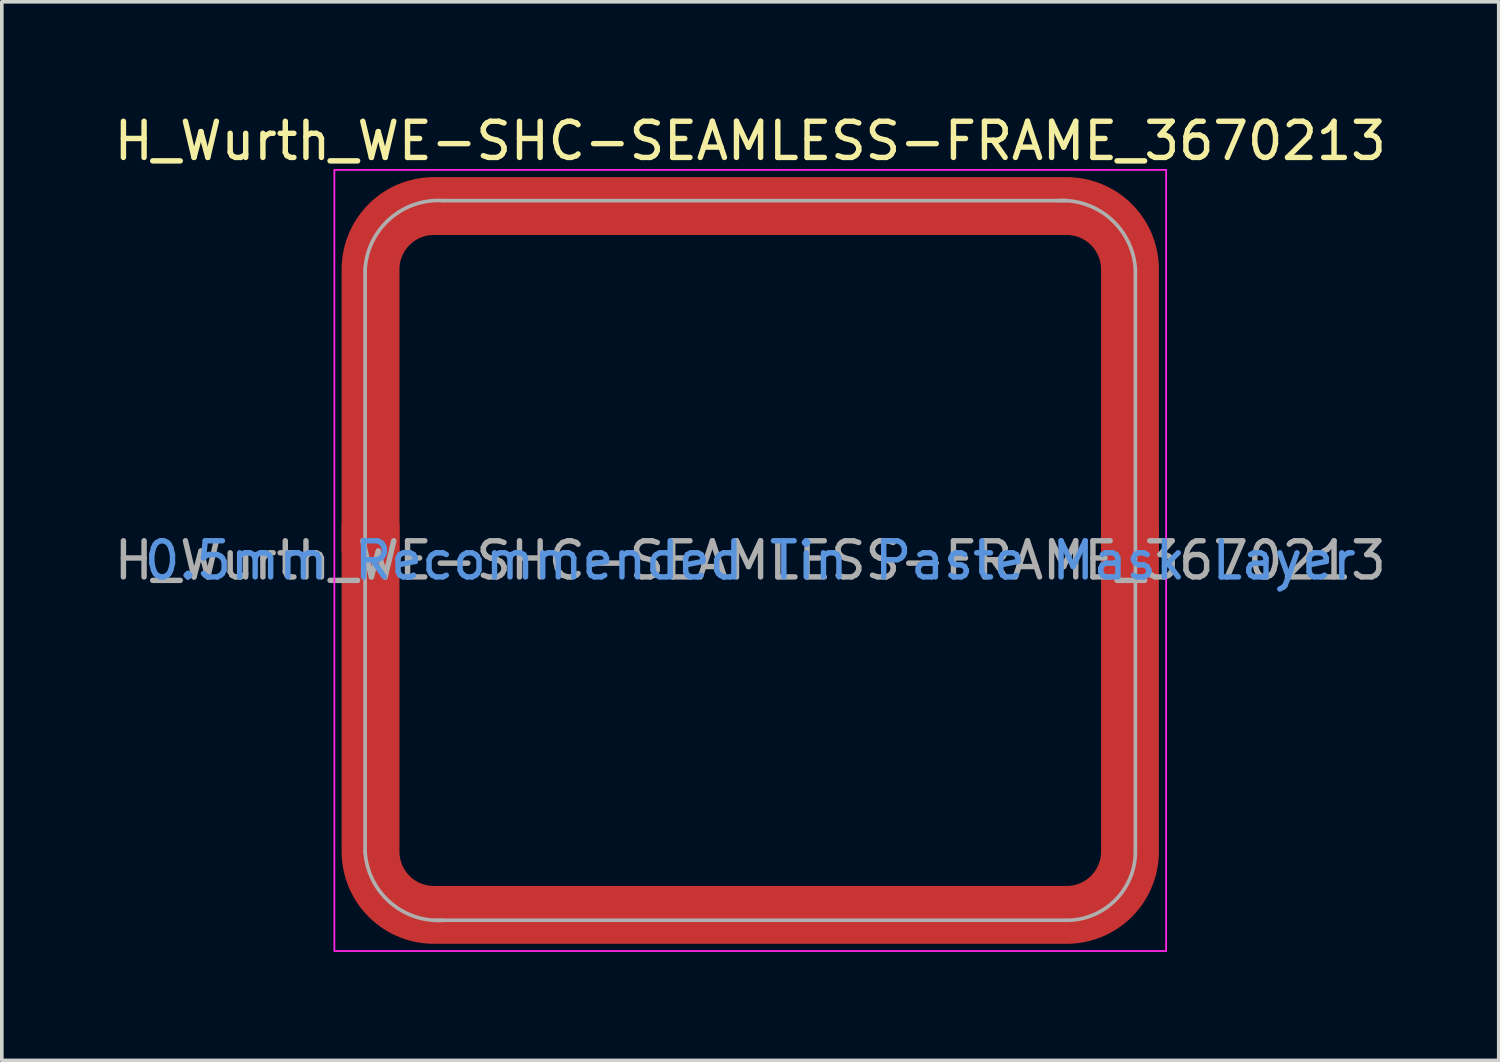
<source format=kicad_pcb>
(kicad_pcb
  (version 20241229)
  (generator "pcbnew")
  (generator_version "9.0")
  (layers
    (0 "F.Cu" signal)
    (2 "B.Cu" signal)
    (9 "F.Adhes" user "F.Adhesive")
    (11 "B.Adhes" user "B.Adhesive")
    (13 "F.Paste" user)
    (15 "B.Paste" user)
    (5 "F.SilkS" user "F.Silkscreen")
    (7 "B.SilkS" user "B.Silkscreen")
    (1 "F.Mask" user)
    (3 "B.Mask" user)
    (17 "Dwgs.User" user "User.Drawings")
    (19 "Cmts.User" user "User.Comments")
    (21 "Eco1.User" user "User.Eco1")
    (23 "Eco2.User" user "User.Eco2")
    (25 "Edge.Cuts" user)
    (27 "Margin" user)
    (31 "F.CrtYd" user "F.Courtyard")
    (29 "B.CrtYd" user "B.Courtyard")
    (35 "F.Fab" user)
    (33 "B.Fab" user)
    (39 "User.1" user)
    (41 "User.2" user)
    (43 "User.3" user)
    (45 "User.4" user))
  (footprint "H_Wurth_WE-SHC-SEAMLESS-FRAME_3670213"
    (layer "F.Cu")
    (at 17.696 12.448)
    (property "Reference" "H_Wurth_WE-SHC-SEAMLESS-FRAME_3670213" (at 0 -11.6 0) (unlocked yes) (layer "F.SilkS") (effects (font (size 1 1) (thickness 0.15))))
    (attr smd)
    (fp_poly (pts (xy -9.75 -0.25) (xy -11.25 -0.25) (xy -11.25 -8.05) (xy -11.247 -8.181) (xy -11.236 -8.311) (xy -11.219 -8.441) (xy -11.195 -8.57) (xy -11.165 -8.697) (xy -11.128 -8.823) (xy -11.084 -8.946) (xy -11.034 -9.067) (xy -10.978 -9.185) (xy -10.915 -9.3) (xy -10.847 -9.412) (xy -10.773 -9.519) (xy -10.693 -9.623) (xy -10.608 -9.723) (xy -10.518 -9.818) (xy -10.423 -9.908) (xy -10.323 -9.993) (xy -10.219 -10.073) (xy -10.112 -10.147) (xy -10 -10.215) (xy -9.885 -10.278) (xy -9.767 -10.334) (xy -9.646 -10.384) (xy -9.523 -10.428) (xy -9.397 -10.465) (xy -9.27 -10.495) (xy -9.141 -10.519) (xy -9.011 -10.536) (xy -8.881 -10.547) (xy -8.75 -10.55) (xy 8.75 -10.55) (xy 8.881 -10.547) (xy 9.011 -10.536) (xy 9.141 -10.519) (xy 9.27 -10.495) (xy 9.397 -10.465) (xy 9.523 -10.428) (xy 9.646 -10.384) (xy 9.767 -10.334) (xy 9.885 -10.278) (xy 10 -10.215) (xy 10.112 -10.147) (xy 10.219 -10.073) (xy 10.323 -9.993) (xy 10.423 -9.908) (xy 10.518 -9.818) (xy 10.608 -9.723) (xy 10.693 -9.623) (xy 10.773 -9.519) (xy 10.847 -9.412) (xy 10.915 -9.3) (xy 10.978 -9.185) (xy 11.034 -9.067) (xy 11.084 -8.946) (xy 11.128 -8.823) (xy 11.165 -8.697) (xy 11.195 -8.57) (xy 11.219 -8.441) (xy 11.236 -8.311) (xy 11.247 -8.181) (xy 11.25 -8.05) (xy 11.25 -0.25) (xy 9.75 -0.25) (xy 9.75 -8.05) (xy 9.749 -8.102) (xy 9.745 -8.155) (xy 9.738 -8.206) (xy 9.728 -8.258) (xy 9.716 -8.309) (xy 9.701 -8.359) (xy 9.684 -8.408) (xy 9.664 -8.457) (xy 9.641 -8.504) (xy 9.616 -8.55) (xy 9.589 -8.595) (xy 9.559 -8.638) (xy 9.527 -8.679) (xy 9.493 -8.719) (xy 9.457 -8.757) (xy 9.419 -8.793) (xy 9.379 -8.827) (xy 9.338 -8.859) (xy 9.295 -8.889) (xy 9.25 -8.916) (xy 9.204 -8.941) (xy 9.157 -8.964) (xy 9.108 -8.984) (xy 9.059 -9.001) (xy 9.009 -9.016) (xy 8.958 -9.028) (xy 8.906 -9.038) (xy 8.855 -9.045) (xy 8.802 -9.049) (xy 8.75 -9.05) (xy -8.75 -9.05) (xy -8.802 -9.049) (xy -8.855 -9.045) (xy -8.906 -9.038) (xy -8.958 -9.028) (xy -9.009 -9.016) (xy -9.059 -9.001) (xy -9.108 -8.984) (xy -9.157 -8.964) (xy -9.204 -8.941) (xy -9.25 -8.916) (xy -9.295 -8.889) (xy -9.338 -8.859) (xy -9.379 -8.827) (xy -9.419 -8.793) (xy -9.457 -8.757) (xy -9.493 -8.719) (xy -9.527 -8.679) (xy -9.559 -8.638) (xy -9.589 -8.595) (xy -9.616 -8.55) (xy -9.641 -8.504) (xy -9.664 -8.457) (xy -9.684 -8.408) (xy -9.701 -8.359) (xy -9.716 -8.309) (xy -9.728 -8.258) (xy -9.738 -8.206) (xy -9.745 -8.155) (xy -9.749 -8.102) (xy -9.75 -8.05) (xy -9.75 -0.25)) (stroke (width 0.1) (type solid)) (fill yes) (layer "F.Cu"))
    (fp_poly (pts (xy -9.75 -0.25) (xy -11.25 -0.25) (xy -11.25 -8.05) (xy -11.247 -8.181) (xy -11.236 -8.311) (xy -11.219 -8.441) (xy -11.195 -8.57) (xy -11.165 -8.697) (xy -11.128 -8.823) (xy -11.084 -8.946) (xy -11.034 -9.067) (xy -10.978 -9.185) (xy -10.915 -9.3) (xy -10.847 -9.412) (xy -10.773 -9.519) (xy -10.693 -9.623) (xy -10.608 -9.723) (xy -10.518 -9.818) (xy -10.423 -9.908) (xy -10.323 -9.993) (xy -10.219 -10.073) (xy -10.112 -10.147) (xy -10 -10.215) (xy -9.885 -10.278) (xy -9.767 -10.334) (xy -9.646 -10.384) (xy -9.523 -10.428) (xy -9.397 -10.465) (xy -9.27 -10.495) (xy -9.141 -10.519) (xy -9.011 -10.536) (xy -8.881 -10.547) (xy -8.75 -10.55) (xy 8.75 -10.55) (xy 8.881 -10.547) (xy 9.011 -10.536) (xy 9.141 -10.519) (xy 9.27 -10.495) (xy 9.397 -10.465) (xy 9.523 -10.428) (xy 9.646 -10.384) (xy 9.767 -10.334) (xy 9.885 -10.278) (xy 10 -10.215) (xy 10.112 -10.147) (xy 10.219 -10.073) (xy 10.323 -9.993) (xy 10.423 -9.908) (xy 10.518 -9.818) (xy 10.608 -9.723) (xy 10.693 -9.623) (xy 10.773 -9.519) (xy 10.847 -9.412) (xy 10.915 -9.3) (xy 10.978 -9.185) (xy 11.034 -9.067) (xy 11.084 -8.946) (xy 11.128 -8.823) (xy 11.165 -8.697) (xy 11.195 -8.57) (xy 11.219 -8.441) (xy 11.236 -8.311) (xy 11.247 -8.181) (xy 11.25 -8.05) (xy 11.25 -0.25) (xy 9.75 -0.25) (xy 9.75 -8.05) (xy 9.749 -8.102) (xy 9.745 -8.155) (xy 9.738 -8.206) (xy 9.728 -8.258) (xy 9.716 -8.309) (xy 9.701 -8.359) (xy 9.684 -8.408) (xy 9.664 -8.457) (xy 9.641 -8.504) (xy 9.616 -8.55) (xy 9.589 -8.595) (xy 9.559 -8.638) (xy 9.527 -8.679) (xy 9.493 -8.719) (xy 9.457 -8.757) (xy 9.419 -8.793) (xy 9.379 -8.827) (xy 9.338 -8.859) (xy 9.295 -8.889) (xy 9.25 -8.916) (xy 9.204 -8.941) (xy 9.157 -8.964) (xy 9.108 -8.984) (xy 9.059 -9.001) (xy 9.009 -9.016) (xy 8.958 -9.028) (xy 8.906 -9.038) (xy 8.855 -9.045) (xy 8.802 -9.049) (xy 8.75 -9.05) (xy -8.75 -9.05) (xy -8.802 -9.049) (xy -8.855 -9.045) (xy -8.906 -9.038) (xy -8.958 -9.028) (xy -9.009 -9.016) (xy -9.059 -9.001) (xy -9.108 -8.984) (xy -9.157 -8.964) (xy -9.204 -8.941) (xy -9.25 -8.916) (xy -9.295 -8.889) (xy -9.338 -8.859) (xy -9.379 -8.827) (xy -9.419 -8.793) (xy -9.457 -8.757) (xy -9.493 -8.719) (xy -9.527 -8.679) (xy -9.559 -8.638) (xy -9.589 -8.595) (xy -9.616 -8.55) (xy -9.641 -8.504) (xy -9.664 -8.457) (xy -9.684 -8.408) (xy -9.701 -8.359) (xy -9.716 -8.309) (xy -9.728 -8.258) (xy -9.738 -8.206) (xy -9.745 -8.155) (xy -9.749 -8.102) (xy -9.75 -8.05) (xy -9.75 -0.25)) (stroke (width 0.1) (type solid)) (fill yes) (layer "F.Mask"))
    (fp_poly (pts (xy -9.75 -0.25) (xy -11.25 -0.25) (xy -11.25 -8.05) (xy -11.247 -8.181) (xy -11.236 -8.311) (xy -11.219 -8.441) (xy -11.195 -8.57) (xy -11.165 -8.697) (xy -11.128 -8.823) (xy -11.084 -8.946) (xy -11.034 -9.067) (xy -10.978 -9.185) (xy -10.915 -9.3) (xy -10.847 -9.412) (xy -10.773 -9.519) (xy -10.693 -9.623) (xy -10.608 -9.723) (xy -10.518 -9.818) (xy -10.423 -9.908) (xy -10.323 -9.993) (xy -10.219 -10.073) (xy -10.112 -10.147) (xy -10 -10.215) (xy -9.885 -10.278) (xy -9.767 -10.334) (xy -9.646 -10.384) (xy -9.523 -10.428) (xy -9.397 -10.465) (xy -9.27 -10.495) (xy -9.141 -10.519) (xy -9.011 -10.536) (xy -8.881 -10.547) (xy -8.75 -10.55) (xy 8.75 -10.55) (xy 8.881 -10.547) (xy 9.011 -10.536) (xy 9.141 -10.519) (xy 9.27 -10.495) (xy 9.397 -10.465) (xy 9.523 -10.428) (xy 9.646 -10.384) (xy 9.767 -10.334) (xy 9.885 -10.278) (xy 10 -10.215) (xy 10.112 -10.147) (xy 10.219 -10.073) (xy 10.323 -9.993) (xy 10.423 -9.908) (xy 10.518 -9.818) (xy 10.608 -9.723) (xy 10.693 -9.623) (xy 10.773 -9.519) (xy 10.847 -9.412) (xy 10.915 -9.3) (xy 10.978 -9.185) (xy 11.034 -9.067) (xy 11.084 -8.946) (xy 11.128 -8.823) (xy 11.165 -8.697) (xy 11.195 -8.57) (xy 11.219 -8.441) (xy 11.236 -8.311) (xy 11.247 -8.181) (xy 11.25 -8.05) (xy 11.25 -0.25) (xy 9.75 -0.25) (xy 9.75 -8.05) (xy 9.749 -8.102) (xy 9.745 -8.155) (xy 9.738 -8.206) (xy 9.728 -8.258) (xy 9.716 -8.309) (xy 9.701 -8.359) (xy 9.684 -8.408) (xy 9.664 -8.457) (xy 9.641 -8.504) (xy 9.616 -8.55) (xy 9.589 -8.595) (xy 9.559 -8.638) (xy 9.527 -8.679) (xy 9.493 -8.719) (xy 9.457 -8.757) (xy 9.419 -8.793) (xy 9.379 -8.827) (xy 9.338 -8.859) (xy 9.295 -8.889) (xy 9.25 -8.916) (xy 9.204 -8.941) (xy 9.157 -8.964) (xy 9.108 -8.984) (xy 9.059 -9.001) (xy 9.009 -9.016) (xy 8.958 -9.028) (xy 8.906 -9.038) (xy 8.855 -9.045) (xy 8.802 -9.049) (xy 8.75 -9.05) (xy -8.75 -9.05) (xy -8.802 -9.049) (xy -8.855 -9.045) (xy -8.906 -9.038) (xy -8.958 -9.028) (xy -9.009 -9.016) (xy -9.059 -9.001) (xy -9.108 -8.984) (xy -9.157 -8.964) (xy -9.204 -8.941) (xy -9.25 -8.916) (xy -9.295 -8.889) (xy -9.338 -8.859) (xy -9.379 -8.827) (xy -9.419 -8.793) (xy -9.457 -8.757) (xy -9.493 -8.719) (xy -9.527 -8.679) (xy -9.559 -8.638) (xy -9.589 -8.595) (xy -9.616 -8.55) (xy -9.641 -8.504) (xy -9.664 -8.457) (xy -9.684 -8.408) (xy -9.701 -8.359) (xy -9.716 -8.309) (xy -9.728 -8.258) (xy -9.738 -8.206) (xy -9.745 -8.155) (xy -9.749 -8.102) (xy -9.75 -8.05) (xy -9.75 -0.25)) (stroke (width 0.1) (type solid)) (fill yes) (layer "F.Paste"))
    (fp_rect (start -11.5 -10.8) (end 11.5 10.8) (stroke (width 0.05) (type solid)) (fill no) (layer "F.CrtYd"))
    (fp_line (start -10.65 8.05) (end -10.65 -8.05) (stroke (width 0.1) (type solid)) (layer "F.Fab"))
    (fp_line (start -8.75 9.95) (end 8.75 9.95) (stroke (width 0.1) (type solid)) (layer "F.Fab"))
    (fp_line (start -8.5 -9.95) (end 8.75 -9.95) (stroke (width 0.1) (type solid)) (layer "F.Fab"))
    (fp_line (start 10.65 8.05) (end 10.65 -8.05) (stroke (width 0.1) (type solid)) (layer "F.Fab"))
    (fp_arc (start -10.65 -8.05) (mid -9.968503 -9.44528) (end -8.5 -9.95) (stroke (width 0.1) (type default)) (layer "F.Fab"))
    (fp_arc (start -8.5 9.95) (mid -9.968503 9.44528) (end -10.65 8.050001) (stroke (width 0.1) (type default)) (layer "F.Fab"))
    (fp_arc (start 8.5 -9.95) (mid 9.968502 -9.44528) (end 10.649999 -8.050001) (stroke (width 0.1) (type solid)) (layer "F.Fab"))
    (fp_arc (start 10.65 8.05) (mid 10.093503 9.393502) (end 8.750001 9.949999) (stroke (width 0.1) (type solid)) (layer "F.Fab"))
    (fp_text user "0.5mm Recommended Tin Paste Mask Layer" (at 0 0 0) (unlocked yes) (layer "Cmts.User") (effects (font (size 1 1) (thickness 0.15))))
    (fp_text user "${REFERENCE}" (at 0 0 0) (unlocked yes) (layer "F.Fab") (effects (font (size 1 1) (thickness 0.15))))
    (pad "1" smd custom (at 10.5 0) (size 1.5 16.1) (layers "F.Cu" "F.Mask" "F.Paste") (options (anchor rect)) (primitives (gr_poly (pts (xy -0.75 -1) (xy 0.75 -1) (xy 0.75 8.05) (xy 0.747 8.181) (xy 0.736 8.311) (xy 0.719 8.441) (xy 0.695 8.57) (xy 0.665 8.697) (xy 0.628 8.823) (xy 0.584 8.946) (xy 0.534 9.067) (xy 0.478 9.185) (xy 0.415 9.3) (xy 0.347 9.412) (xy 0.273 9.519) (xy 0.193 9.623) (xy 0.108 9.723) (xy 0.018 9.818) (xy -0.077 9.908) (xy -0.177 9.993) (xy -0.281 10.073) (xy -0.388 10.147) (xy -0.5 10.215) (xy -0.615 10.278) (xy -0.733 10.334) (xy -0.854 10.384) (xy -0.977 10.428) (xy -1.103 10.465) (xy -1.23 10.495) (xy -1.359 10.519) (xy -1.489 10.536) (xy -1.619 10.547) (xy -1.75 10.55) (xy -19.25 10.55) (xy -19.381 10.547) (xy -19.511 10.536) (xy -19.641 10.519) (xy -19.77 10.495) (xy -19.897 10.465) (xy -20.023 10.428) (xy -20.146 10.384) (xy -20.267 10.334) (xy -20.385 10.278) (xy -20.5 10.215) (xy -20.612 10.147) (xy -20.719 10.073) (xy -20.823 9.993) (xy -20.923 9.908) (xy -21.018 9.818) (xy -21.108 9.723) (xy -21.193 9.623) (xy -21.273 9.519) (xy -21.347 9.412) (xy -21.415 9.3) (xy -21.478 9.185) (xy -21.534 9.067) (xy -21.584 8.946) (xy -21.628 8.823) (xy -21.665 8.697) (xy -21.695 8.57) (xy -21.719 8.441) (xy -21.736 8.311) (xy -21.747 8.181) (xy -21.75 8.05) (xy -21.75 -1) (xy -20.25 -1) (xy -20.25 8.05) (xy -20.249 8.102) (xy -20.245 8.155) (xy -20.238 8.206) (xy -20.228 8.258) (xy -20.216 8.309) (xy -20.201 8.359) (xy -20.184 8.408) (xy -20.164 8.457) (xy -20.141 8.504) (xy -20.116 8.55) (xy -20.089 8.595) (xy -20.059 8.638) (xy -20.027 8.679) (xy -19.993 8.719) (xy -19.957 8.757) (xy -19.919 8.793) (xy -19.879 8.827) (xy -19.838 8.859) (xy -19.795 8.889) (xy -19.75 8.916) (xy -19.704 8.941) (xy -19.657 8.964) (xy -19.608 8.984) (xy -19.559 9.001) (xy -19.509 9.016) (xy -19.458 9.028) (xy -19.406 9.038) (xy -19.355 9.045) (xy -19.302 9.049) (xy -19.25 9.05) (xy -1.75 9.05) (xy -1.698 9.049) (xy -1.645 9.045) (xy -1.594 9.038) (xy -1.542 9.028) (xy -1.491 9.016) (xy -1.441 9.001) (xy -1.392 8.984) (xy -1.343 8.964) (xy -1.296 8.941) (xy -1.25 8.916) (xy -1.205 8.889) (xy -1.162 8.859) (xy -1.121 8.827) (xy -1.081 8.793) (xy -1.043 8.757) (xy -1.007 8.719) (xy -0.973 8.679) (xy -0.941 8.638) (xy -0.911 8.595) (xy -0.884 8.55) (xy -0.859 8.504) (xy -0.836 8.457) (xy -0.816 8.408) (xy -0.799 8.359) (xy -0.784 8.309) (xy -0.772 8.258) (xy -0.762 8.206) (xy -0.755 8.155) (xy -0.751 8.102) (xy -0.75 8.05) (xy -0.75 -1)) (width 0.1) (fill yes)))))
  (gr_rect
    (start -3 -3)
    (end 38.393 26.273)
    (stroke (width 0.1) (type default))
    (fill no)
    (layer "Edge.Cuts")))
</source>
